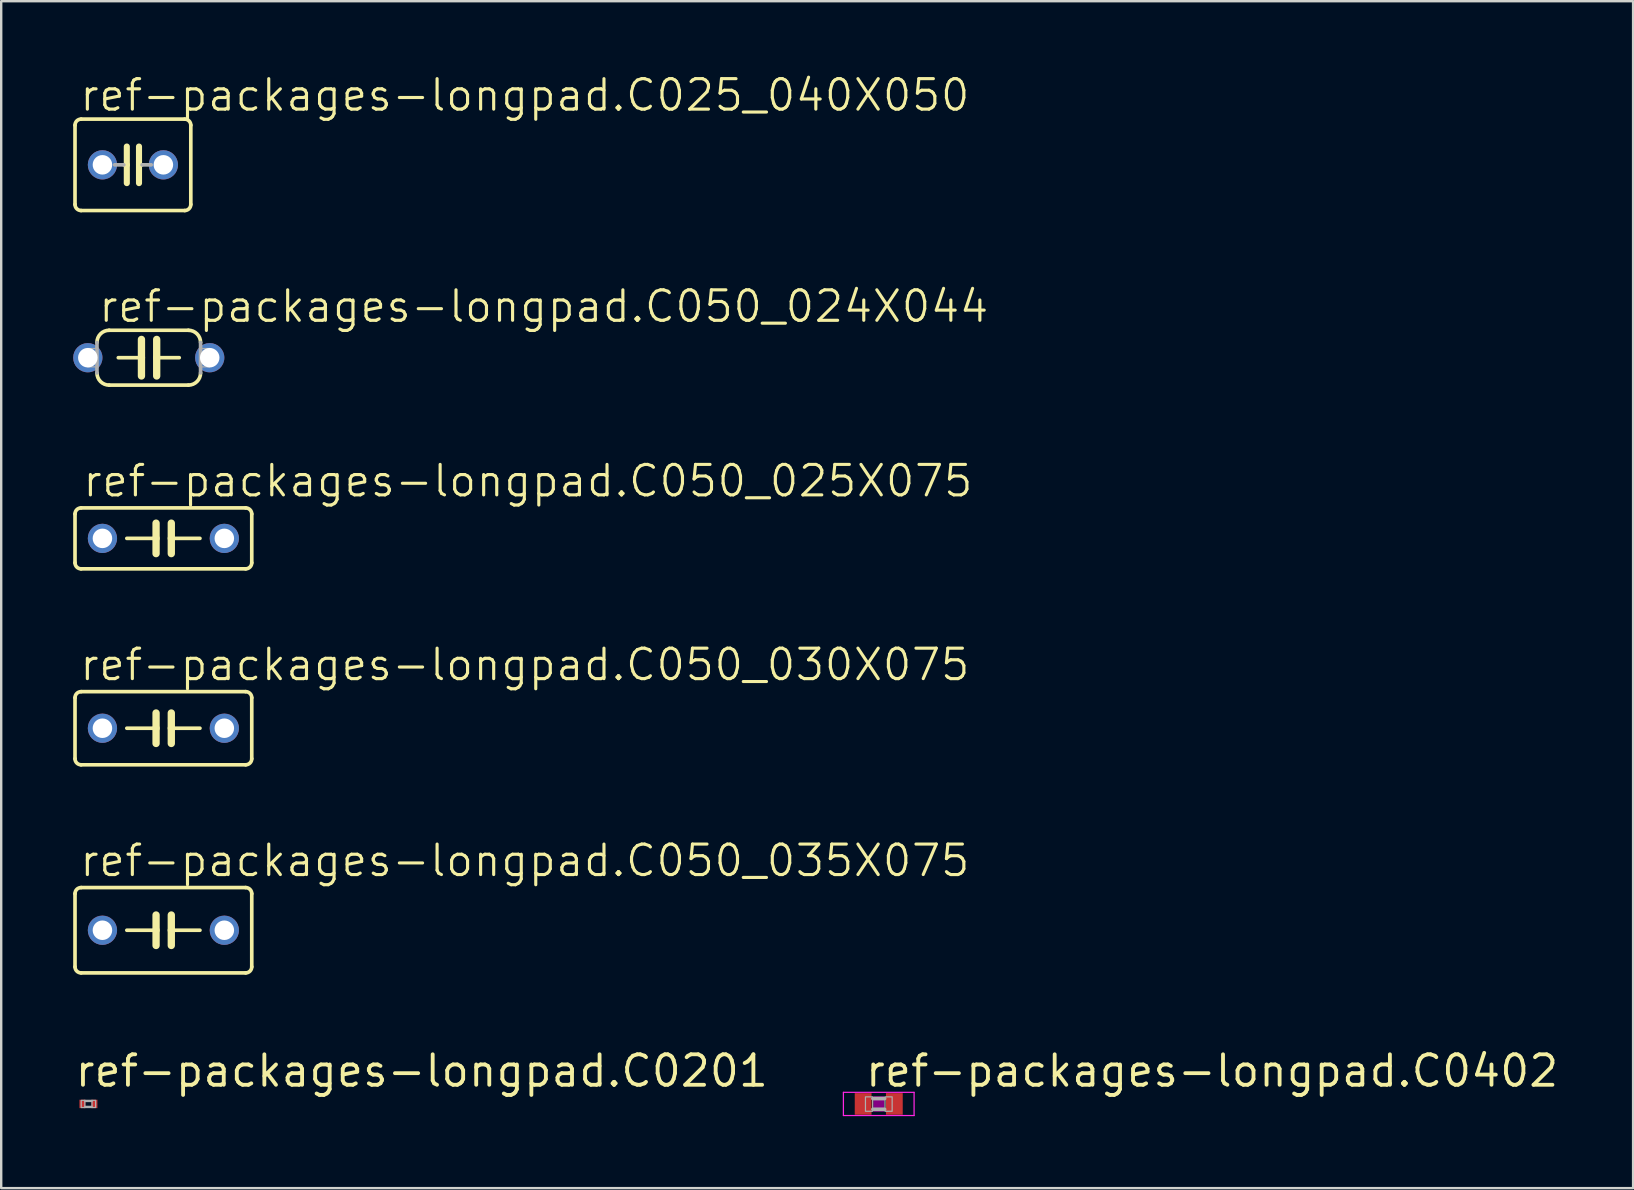
<source format=kicad_pcb>
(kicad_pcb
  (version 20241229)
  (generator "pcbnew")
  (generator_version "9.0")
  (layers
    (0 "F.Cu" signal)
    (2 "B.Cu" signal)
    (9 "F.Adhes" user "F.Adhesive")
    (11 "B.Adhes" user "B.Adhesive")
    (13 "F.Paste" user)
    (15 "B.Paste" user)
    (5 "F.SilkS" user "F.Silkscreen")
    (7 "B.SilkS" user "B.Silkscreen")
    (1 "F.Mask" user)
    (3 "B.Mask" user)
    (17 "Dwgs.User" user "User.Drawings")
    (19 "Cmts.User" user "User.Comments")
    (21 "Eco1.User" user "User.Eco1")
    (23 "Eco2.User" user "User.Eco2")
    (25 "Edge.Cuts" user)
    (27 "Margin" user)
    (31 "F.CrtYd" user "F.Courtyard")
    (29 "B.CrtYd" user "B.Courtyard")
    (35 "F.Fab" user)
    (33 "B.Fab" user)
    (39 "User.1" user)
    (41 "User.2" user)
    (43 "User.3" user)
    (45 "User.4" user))
  (footprint "ref-packages-longpad.C025_040X050"
    (layer "F.Cu")
    (at 2.489 3.819)
    (property "Reference" "ref-packages-longpad.C025_040X050" (at -2.286 -2.159 0) (layer "F.SilkS") (effects (font (size 1.27 1.27) (thickness 0.13)) (justify left bottom)))
    (attr through_hole)
    (fp_line (start -2.413 -1.651) (end -2.413 1.651) (stroke (width 0.152) (type default)) (layer "F.SilkS"))
    (fp_line (start -2.159 -1.905) (end 2.159 -1.905) (stroke (width 0.152) (type default)) (layer "F.SilkS"))
    (fp_line (start -0.254 -0.762) (end -0.254 0) (stroke (width 0.254) (type default)) (layer "F.SilkS"))
    (fp_line (start -0.254 0) (end -0.381 0) (stroke (width 0.152) (type default)) (layer "F.SilkS"))
    (fp_line (start -0.254 0) (end -0.254 0.762) (stroke (width 0.254) (type default)) (layer "F.SilkS"))
    (fp_line (start 0.254 0) (end 0.254 -0.762) (stroke (width 0.254) (type default)) (layer "F.SilkS"))
    (fp_line (start 0.254 0) (end 0.254 0.762) (stroke (width 0.254) (type default)) (layer "F.SilkS"))
    (fp_line (start 0.381 0) (end 0.254 0) (stroke (width 0.152) (type default)) (layer "F.SilkS"))
    (fp_line (start 2.159 1.905) (end -2.159 1.905) (stroke (width 0.152) (type default)) (layer "F.SilkS"))
    (fp_line (start 2.413 -1.651) (end 2.413 1.651) (stroke (width 0.152) (type default)) (layer "F.SilkS"))
    (fp_arc (start -2.413 -1.651) (mid -2.338605 -1.830605) (end -2.159 -1.905) (stroke (width 0.1524) (type default)) (layer "F.SilkS"))
    (fp_arc (start -2.159 1.905) (mid -2.338605 1.830605) (end -2.413 1.651) (stroke (width 0.1524) (type default)) (layer "F.SilkS"))
    (fp_arc (start 2.159 -1.905) (mid 2.338605 -1.830605) (end 2.413 -1.651) (stroke (width 0.1524) (type default)) (layer "F.SilkS"))
    (fp_arc (start 2.413 1.651) (mid 2.338605 1.830605) (end 2.159 1.905) (stroke (width 0.1524) (type default)) (layer "F.SilkS"))
    (fp_line (start -0.381 0) (end -0.762 0) (stroke (width 0.152) (type default)) (layer "F.Fab"))
    (fp_line (start 0.762 0) (end 0.381 0) (stroke (width 0.152) (type default)) (layer "F.Fab"))
    (pad "1" thru_hole circle (at -1.27 0) (size 1.219 1.219) (drill 0.813) (layers "*.Cu" "*.Mask"))
    (pad "2" thru_hole circle (at 1.27 0) (size 1.219 1.219) (drill 0.813) (layers "*.Cu" "*.Mask")))
  (footprint "ref-packages-longpad.C050_025X075"
    (layer "F.Cu")
    (at 3.759 19.387)
    (property "Reference" "ref-packages-longpad.C050_025X075" (at -3.429 -1.651 0) (layer "F.SilkS") (effects (font (size 1.27 1.27) (thickness 0.13)) (justify left bottom)))
    (attr through_hole)
    (fp_line (start -3.683 -1.016) (end -3.683 1.016) (stroke (width 0.152) (type default)) (layer "F.SilkS"))
    (fp_line (start -3.429 1.27) (end 3.429 1.27) (stroke (width 0.152) (type default)) (layer "F.SilkS"))
    (fp_line (start -0.305 -0.635) (end -0.305 0) (stroke (width 0.305) (type default)) (layer "F.SilkS"))
    (fp_line (start -0.305 0) (end -1.524 0) (stroke (width 0.152) (type default)) (layer "F.SilkS"))
    (fp_line (start -0.305 0) (end -0.305 0.635) (stroke (width 0.305) (type default)) (layer "F.SilkS"))
    (fp_line (start 0.33 -0.635) (end 0.33 0) (stroke (width 0.305) (type default)) (layer "F.SilkS"))
    (fp_line (start 0.33 0) (end 0.33 0.635) (stroke (width 0.305) (type default)) (layer "F.SilkS"))
    (fp_line (start 0.33 0) (end 1.524 0) (stroke (width 0.152) (type default)) (layer "F.SilkS"))
    (fp_line (start 3.429 -1.27) (end -3.429 -1.27) (stroke (width 0.152) (type default)) (layer "F.SilkS"))
    (fp_line (start 3.683 1.016) (end 3.683 -1.016) (stroke (width 0.152) (type default)) (layer "F.SilkS"))
    (fp_arc (start -3.683 -1.016) (mid -3.608605 -1.195605) (end -3.429 -1.27) (stroke (width 0.1524) (type default)) (layer "F.SilkS"))
    (fp_arc (start -3.429 1.27) (mid -3.608605 1.195605) (end -3.683 1.016) (stroke (width 0.1524) (type default)) (layer "F.SilkS"))
    (fp_arc (start 3.429 -1.27) (mid 3.608605 -1.195605) (end 3.683 -1.016) (stroke (width 0.1524) (type default)) (layer "F.SilkS"))
    (fp_arc (start 3.683 1.016) (mid 3.608605 1.195605) (end 3.429 1.27) (stroke (width 0.1524) (type default)) (layer "F.SilkS"))
    (pad "1" thru_hole circle (at -2.54 0) (size 1.219 1.219) (drill 0.813) (layers "*.Cu" "*.Mask"))
    (pad "2" thru_hole circle (at 2.54 0) (size 1.219 1.219) (drill 0.813) (layers "*.Cu" "*.Mask")))
  (footprint "ref-packages-longpad.C050_024X044"
    (layer "F.Cu")
    (at 3.15 11.857)
    (property "Reference" "ref-packages-longpad.C050_024X044" (at -2.159 -1.397 0) (layer "F.SilkS") (effects (font (size 1.27 1.27) (thickness 0.13)) (justify left bottom)))
    (attr through_hole)
    (fp_line (start -1.27 0) (end -0.305 0) (stroke (width 0.152) (type default)) (layer "F.SilkS"))
    (fp_line (start -0.305 -0.762) (end -0.305 0) (stroke (width 0.305) (type default)) (layer "F.SilkS"))
    (fp_line (start -0.305 0) (end -0.305 0.762) (stroke (width 0.305) (type default)) (layer "F.SilkS"))
    (fp_line (start 0.33 -0.762) (end 0.33 0) (stroke (width 0.305) (type default)) (layer "F.SilkS"))
    (fp_line (start 0.33 0) (end 0.33 0.762) (stroke (width 0.305) (type default)) (layer "F.SilkS"))
    (fp_line (start 1.27 0) (end 0.33 0) (stroke (width 0.152) (type default)) (layer "F.SilkS"))
    (fp_line (start 1.651 -1.143) (end -1.651 -1.143) (stroke (width 0.152) (type default)) (layer "F.SilkS"))
    (fp_line (start 1.651 1.143) (end -1.651 1.143) (stroke (width 0.152) (type default)) (layer "F.SilkS"))
    (fp_arc (start -2.159 -0.635) (mid -2.01021 -0.99421) (end -1.651 -1.143) (stroke (width 0.1524) (type default)) (layer "F.SilkS"))
    (fp_arc (start -1.651 1.143) (mid -2.01021 0.99421) (end -2.159 0.635) (stroke (width 0.1524) (type default)) (layer "F.SilkS"))
    (fp_arc (start 1.651 -1.143) (mid 2.01021 -0.99421) (end 2.159 -0.635) (stroke (width 0.1524) (type default)) (layer "F.SilkS"))
    (fp_arc (start 2.159 0.635) (mid 2.01021 0.99421) (end 1.651 1.143) (stroke (width 0.1524) (type default)) (layer "F.SilkS"))
    (fp_line (start -2.159 0.635) (end -2.159 -0.635) (stroke (width 0.152) (type default)) (layer "F.Fab"))
    (fp_line (start 2.159 0.635) (end 2.159 -0.635) (stroke (width 0.152) (type default)) (layer "F.Fab"))
    (fp_rect (start -2.54 0.381) (end -2.159 -0.381) (stroke (width 0.05) (type default)) (fill no) (layer "F.Fab"))
    (fp_rect (start 2.159 0.381) (end 2.54 -0.381) (stroke (width 0.05) (type default)) (fill no) (layer "F.Fab"))
    (pad "1" thru_hole circle (at -2.54 0) (size 1.219 1.219) (drill 0.813) (layers "*.Cu" "*.Mask"))
    (pad "2" thru_hole circle (at 2.54 0) (size 1.219 1.219) (drill 0.813) (layers "*.Cu" "*.Mask")))
  (footprint "ref-packages-longpad.C050_035X075"
    (layer "F.Cu")
    (at 3.759 35.718)
    (property "Reference" "ref-packages-longpad.C050_035X075" (at -3.556 -2.159 0) (layer "F.SilkS") (effects (font (size 1.27 1.27) (thickness 0.13)) (justify left bottom)))
    (attr through_hole)
    (fp_line (start -3.683 -1.524) (end -3.683 1.524) (stroke (width 0.152) (type default)) (layer "F.SilkS"))
    (fp_line (start -3.429 1.778) (end 3.429 1.778) (stroke (width 0.152) (type default)) (layer "F.SilkS"))
    (fp_line (start -0.305 -0.635) (end -0.305 0) (stroke (width 0.305) (type default)) (layer "F.SilkS"))
    (fp_line (start -0.305 0) (end -1.524 0) (stroke (width 0.152) (type default)) (layer "F.SilkS"))
    (fp_line (start -0.305 0) (end -0.305 0.635) (stroke (width 0.305) (type default)) (layer "F.SilkS"))
    (fp_line (start 0.33 -0.635) (end 0.33 0) (stroke (width 0.305) (type default)) (layer "F.SilkS"))
    (fp_line (start 0.33 0) (end 0.33 0.635) (stroke (width 0.305) (type default)) (layer "F.SilkS"))
    (fp_line (start 0.33 0) (end 1.524 0) (stroke (width 0.152) (type default)) (layer "F.SilkS"))
    (fp_line (start 3.429 -1.778) (end -3.429 -1.778) (stroke (width 0.152) (type default)) (layer "F.SilkS"))
    (fp_line (start 3.683 1.524) (end 3.683 -1.524) (stroke (width 0.152) (type default)) (layer "F.SilkS"))
    (fp_arc (start -3.683 -1.524) (mid -3.608605 -1.703605) (end -3.429 -1.778) (stroke (width 0.1524) (type default)) (layer "F.SilkS"))
    (fp_arc (start -3.429 1.778) (mid -3.608605 1.703605) (end -3.683 1.524) (stroke (width 0.1524) (type default)) (layer "F.SilkS"))
    (fp_arc (start 3.429 -1.778) (mid 3.608605 -1.703605) (end 3.683 -1.524) (stroke (width 0.1524) (type default)) (layer "F.SilkS"))
    (fp_arc (start 3.683 1.524) (mid 3.608605 1.703605) (end 3.429 1.778) (stroke (width 0.1524) (type default)) (layer "F.SilkS"))
    (pad "1" thru_hole circle (at -2.54 0) (size 1.219 1.219) (drill 0.813) (layers "*.Cu" "*.Mask"))
    (pad "2" thru_hole circle (at 2.54 0) (size 1.219 1.219) (drill 0.813) (layers "*.Cu" "*.Mask")))
  (footprint "ref-packages-longpad.C0201"
    (layer "F.Cu")
    (at 0.635 42.957)
    (property "Reference" "ref-packages-longpad.C0201" (at -0.635 -0.635 0) (layer "F.SilkS") (effects (font (size 1.27 1.27) (thickness 0.16)) (justify left bottom)))
    (attr smd)
    (fp_rect (start -0.3 0.15) (end -0.15 -0.15) (stroke (width 0.05) (type default)) (fill no) (layer "F.Fab"))
    (fp_rect (start -0.15 -0.1) (end 0.15 -0.15) (stroke (width 0.05) (type default)) (fill no) (layer "F.Fab"))
    (fp_rect (start -0.15 0.15) (end 0.15 0.1) (stroke (width 0.05) (type default)) (fill no) (layer "F.Fab"))
    (fp_rect (start 0.15 0.15) (end 0.3 -0.15) (stroke (width 0.05) (type default)) (fill no) (layer "F.Fab"))
    (pad "1" smd roundrect (at -0.25 0) (size 0.25 0.35) (layers "F.Cu" "F.Mask" "F.Paste") (roundrect_rratio 0.01))
    (pad "2" smd roundrect (at 0.25 0) (size 0.25 0.35) (layers "F.Cu" "F.Mask" "F.Paste") (roundrect_rratio 0.01)))
  (footprint "ref-packages-longpad.C050_030X075"
    (layer "F.Cu")
    (at 3.759 27.299)
    (property "Reference" "ref-packages-longpad.C050_030X075" (at -3.556 -1.905 0) (layer "F.SilkS") (effects (font (size 1.27 1.27) (thickness 0.13)) (justify left bottom)))
    (attr through_hole)
    (fp_line (start -3.683 -1.27) (end -3.683 1.27) (stroke (width 0.152) (type default)) (layer "F.SilkS"))
    (fp_line (start -3.429 1.524) (end 3.429 1.524) (stroke (width 0.152) (type default)) (layer "F.SilkS"))
    (fp_line (start -0.305 -0.635) (end -0.305 0) (stroke (width 0.305) (type default)) (layer "F.SilkS"))
    (fp_line (start -0.305 0) (end -1.524 0) (stroke (width 0.152) (type default)) (layer "F.SilkS"))
    (fp_line (start -0.305 0) (end -0.305 0.635) (stroke (width 0.305) (type default)) (layer "F.SilkS"))
    (fp_line (start 0.33 -0.635) (end 0.33 0) (stroke (width 0.305) (type default)) (layer "F.SilkS"))
    (fp_line (start 0.33 0) (end 0.33 0.635) (stroke (width 0.305) (type default)) (layer "F.SilkS"))
    (fp_line (start 0.33 0) (end 1.524 0) (stroke (width 0.152) (type default)) (layer "F.SilkS"))
    (fp_line (start 3.429 -1.524) (end -3.429 -1.524) (stroke (width 0.152) (type default)) (layer "F.SilkS"))
    (fp_line (start 3.683 1.27) (end 3.683 -1.27) (stroke (width 0.152) (type default)) (layer "F.SilkS"))
    (fp_arc (start -3.683 -1.27) (mid -3.608605 -1.449605) (end -3.429 -1.524) (stroke (width 0.1524) (type default)) (layer "F.SilkS"))
    (fp_arc (start -3.429 1.524) (mid -3.608605 1.449605) (end -3.683 1.27) (stroke (width 0.1524) (type default)) (layer "F.SilkS"))
    (fp_arc (start 3.429 -1.524) (mid 3.608605 -1.449605) (end 3.683 -1.27) (stroke (width 0.1524) (type default)) (layer "F.SilkS"))
    (fp_arc (start 3.683 1.27) (mid 3.608605 1.449605) (end 3.429 1.524) (stroke (width 0.1524) (type default)) (layer "F.SilkS"))
    (pad "1" thru_hole circle (at -2.54 0) (size 1.219 1.219) (drill 0.813) (layers "*.Cu" "*.Mask"))
    (pad "2" thru_hole circle (at 2.54 0) (size 1.219 1.219) (drill 0.813) (layers "*.Cu" "*.Mask")))
  (footprint "ref-packages-longpad.C0402"
    (layer "F.Cu")
    (at 33.572 42.957)
    (property "Reference" "ref-packages-longpad.C0402" (at -0.635 -0.635 0) (layer "F.SilkS") (effects (font (size 1.27 1.27) (thickness 0.16)) (justify left bottom)))
    (attr smd)
    (fp_rect (start -0.2 0.3) (end 0.2 -0.3) (stroke (width 0.05) (type default)) (fill yes) (layer "F.Adhes"))
    (fp_line (start -1.473 -0.483) (end 1.473 -0.483) (stroke (width 0.051) (type default)) (layer "F.CrtYd"))
    (fp_line (start -1.473 0.483) (end -1.473 -0.483) (stroke (width 0.051) (type default)) (layer "F.CrtYd"))
    (fp_line (start 1.473 -0.483) (end 1.473 0.483) (stroke (width 0.051) (type default)) (layer "F.CrtYd"))
    (fp_line (start 1.473 0.483) (end -1.473 0.483) (stroke (width 0.051) (type default)) (layer "F.CrtYd"))
    (fp_line (start -0.245 -0.224) (end 0.245 -0.224) (stroke (width 0.152) (type default)) (layer "F.Fab"))
    (fp_line (start 0.245 0.224) (end -0.245 0.224) (stroke (width 0.152) (type default)) (layer "F.Fab"))
    (fp_rect (start -0.554 0.305) (end -0.254 -0.295) (stroke (width 0.05) (type default)) (fill no) (layer "F.Fab"))
    (fp_rect (start 0.259 0.305) (end 0.559 -0.295) (stroke (width 0.05) (type default)) (fill no) (layer "F.Fab"))
    (pad "1" smd roundrect (at -0.65 0) (size 0.7 0.9) (layers "F.Cu" "F.Mask" "F.Paste") (roundrect_rratio 0.01))
    (pad "2" smd roundrect (at 0.65 0) (size 0.7 0.9) (layers "F.Cu" "F.Mask" "F.Paste") (roundrect_rratio 0.01)))
  (gr_rect
    (start -3 -3)
    (end 65.01 46.465)
    (stroke (width 0.1) (type default))
    (fill no)
    (layer "Edge.Cuts")))
</source>
